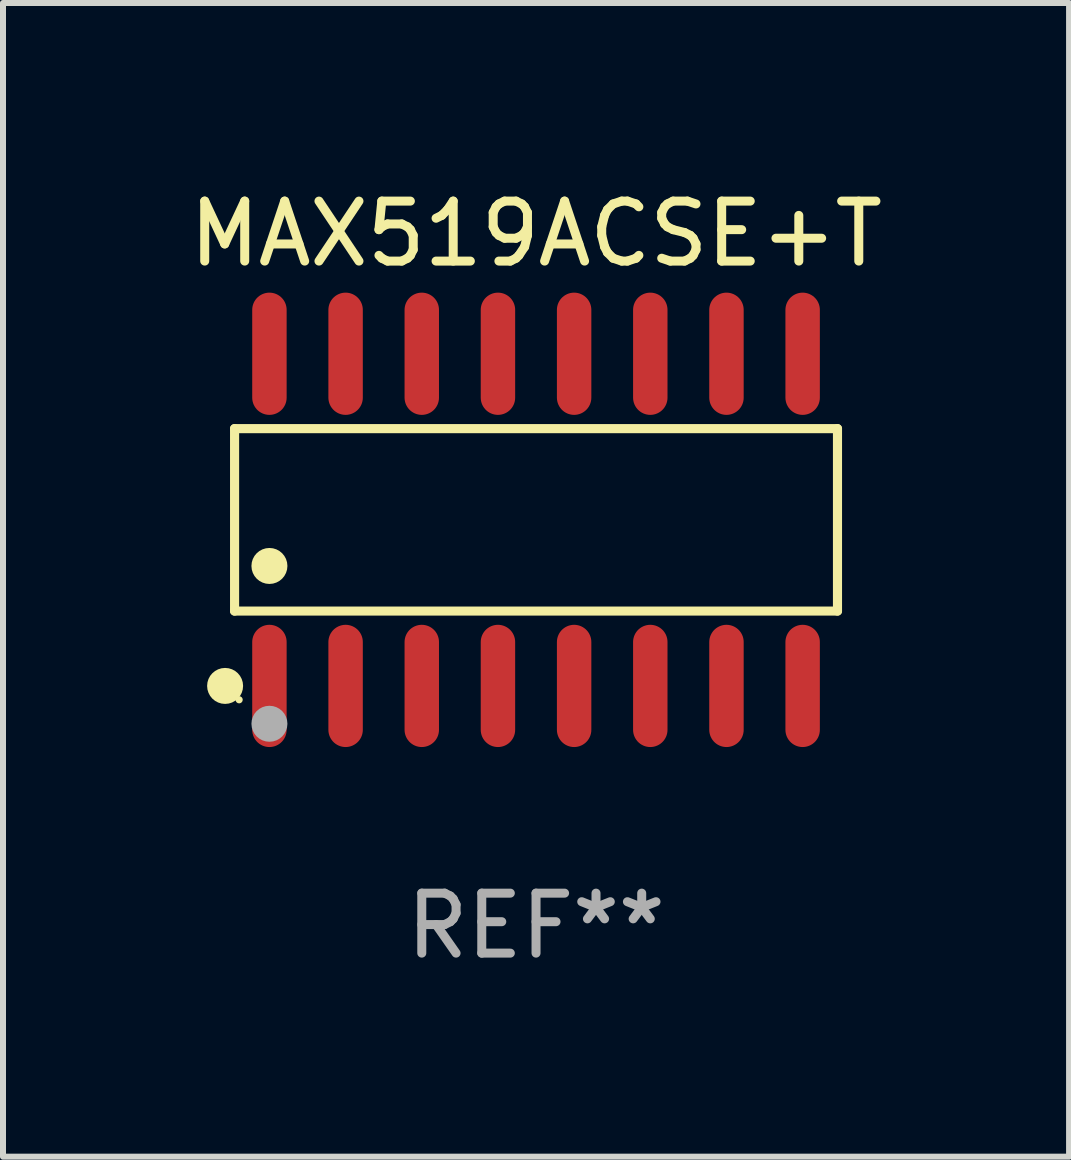
<source format=kicad_pcb>
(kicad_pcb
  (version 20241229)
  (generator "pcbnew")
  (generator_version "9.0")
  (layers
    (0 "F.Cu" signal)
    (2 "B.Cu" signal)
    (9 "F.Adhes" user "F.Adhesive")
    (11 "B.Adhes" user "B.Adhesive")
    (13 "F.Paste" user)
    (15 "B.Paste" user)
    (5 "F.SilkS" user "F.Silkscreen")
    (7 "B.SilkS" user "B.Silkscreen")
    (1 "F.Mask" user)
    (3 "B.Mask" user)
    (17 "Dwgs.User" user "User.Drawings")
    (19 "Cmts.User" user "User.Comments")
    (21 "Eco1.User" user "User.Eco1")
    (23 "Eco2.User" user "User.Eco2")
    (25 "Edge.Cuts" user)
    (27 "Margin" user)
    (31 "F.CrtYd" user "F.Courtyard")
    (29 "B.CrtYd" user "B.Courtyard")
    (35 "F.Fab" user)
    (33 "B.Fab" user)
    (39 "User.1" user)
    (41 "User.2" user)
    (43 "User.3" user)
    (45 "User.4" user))
  (footprint "MAX519ACSE+T"
    (layer "F.Cu")
    (at 5.887 5.617)
    (property "Reference" "MAX519ACSE+T" (at 0 -4.769 0) (layer "F.SilkS") (effects (font (size 1 1) (thickness 0.15))))
    (attr through_hole)
    (fp_line (start -5.026 -1.521) (end 5.026 -1.521) (stroke (width 0.152) (type solid)) (layer "F.SilkS"))
    (fp_line (start -5.026 1.521) (end -5.026 -1.521) (stroke (width 0.152) (type solid)) (layer "F.SilkS"))
    (fp_line (start 5.026 -1.521) (end 5.026 1.521) (stroke (width 0.152) (type solid)) (layer "F.SilkS"))
    (fp_line (start 5.026 1.521) (end -5.026 1.521) (stroke (width 0.152) (type solid)) (layer "F.SilkS"))
    (fp_circle (center -5.184 2.769) (end -5.034 2.769) (stroke (width 0.3) (type solid)) (fill no) (layer "F.SilkS"))
    (fp_circle (center -4.95 3) (end -4.92 3) (stroke (width 0.06) (type solid)) (fill no) (layer "F.SilkS"))
    (fp_circle (center -4.445 0.769) (end -4.295 0.769) (stroke (width 0.3) (type solid)) (fill no) (layer "F.SilkS"))
    (fp_circle (center -4.445 3.4) (end -4.295 3.4) (stroke (width 0.3) (type solid)) (fill no) (layer "F.Fab"))
    (fp_text user "REF**" (at 0 6.769 0) (layer "F.Fab") (effects (font (size 1 1) (thickness 0.15))))
    (pad "1" smd oval (at -4.445 2.769) (size 0.574 2.038) (layers "F.Cu" "F.Mask" "F.Paste"))
    (pad "2" smd oval (at -3.175 2.769) (size 0.574 2.038) (layers "F.Cu" "F.Mask" "F.Paste"))
    (pad "3" smd oval (at -1.905 2.769) (size 0.574 2.038) (layers "F.Cu" "F.Mask" "F.Paste"))
    (pad "4" smd oval (at -0.635 2.769) (size 0.574 2.038) (layers "F.Cu" "F.Mask" "F.Paste"))
    (pad "5" smd oval (at 0.635 2.769) (size 0.574 2.038) (layers "F.Cu" "F.Mask" "F.Paste"))
    (pad "6" smd oval (at 1.905 2.769) (size 0.574 2.038) (layers "F.Cu" "F.Mask" "F.Paste"))
    (pad "7" smd oval (at 3.175 2.769) (size 0.574 2.038) (layers "F.Cu" "F.Mask" "F.Paste"))
    (pad "8" smd oval (at 4.445 2.769) (size 0.574 2.038) (layers "F.Cu" "F.Mask" "F.Paste"))
    (pad "9" smd oval (at 4.445 -2.769) (size 0.574 2.038) (layers "F.Cu" "F.Mask" "F.Paste"))
    (pad "10" smd oval (at 3.175 -2.769) (size 0.574 2.038) (layers "F.Cu" "F.Mask" "F.Paste"))
    (pad "11" smd oval (at 1.905 -2.769) (size 0.574 2.038) (layers "F.Cu" "F.Mask" "F.Paste"))
    (pad "12" smd oval (at 0.635 -2.769) (size 0.574 2.038) (layers "F.Cu" "F.Mask" "F.Paste"))
    (pad "13" smd oval (at -0.635 -2.769) (size 0.574 2.038) (layers "F.Cu" "F.Mask" "F.Paste"))
    (pad "14" smd oval (at -1.905 -2.769) (size 0.574 2.038) (layers "F.Cu" "F.Mask" "F.Paste"))
    (pad "15" smd oval (at -3.175 -2.769) (size 0.574 2.038) (layers "F.Cu" "F.Mask" "F.Paste"))
    (pad "16" smd oval (at -4.445 -2.769) (size 0.574 2.038) (layers "F.Cu" "F.Mask" "F.Paste")))
  (gr_rect
    (start -3 -3)
    (end 14.774 16.235)
    (stroke (width 0.1) (type default))
    (fill no)
    (layer "Edge.Cuts")))
</source>
